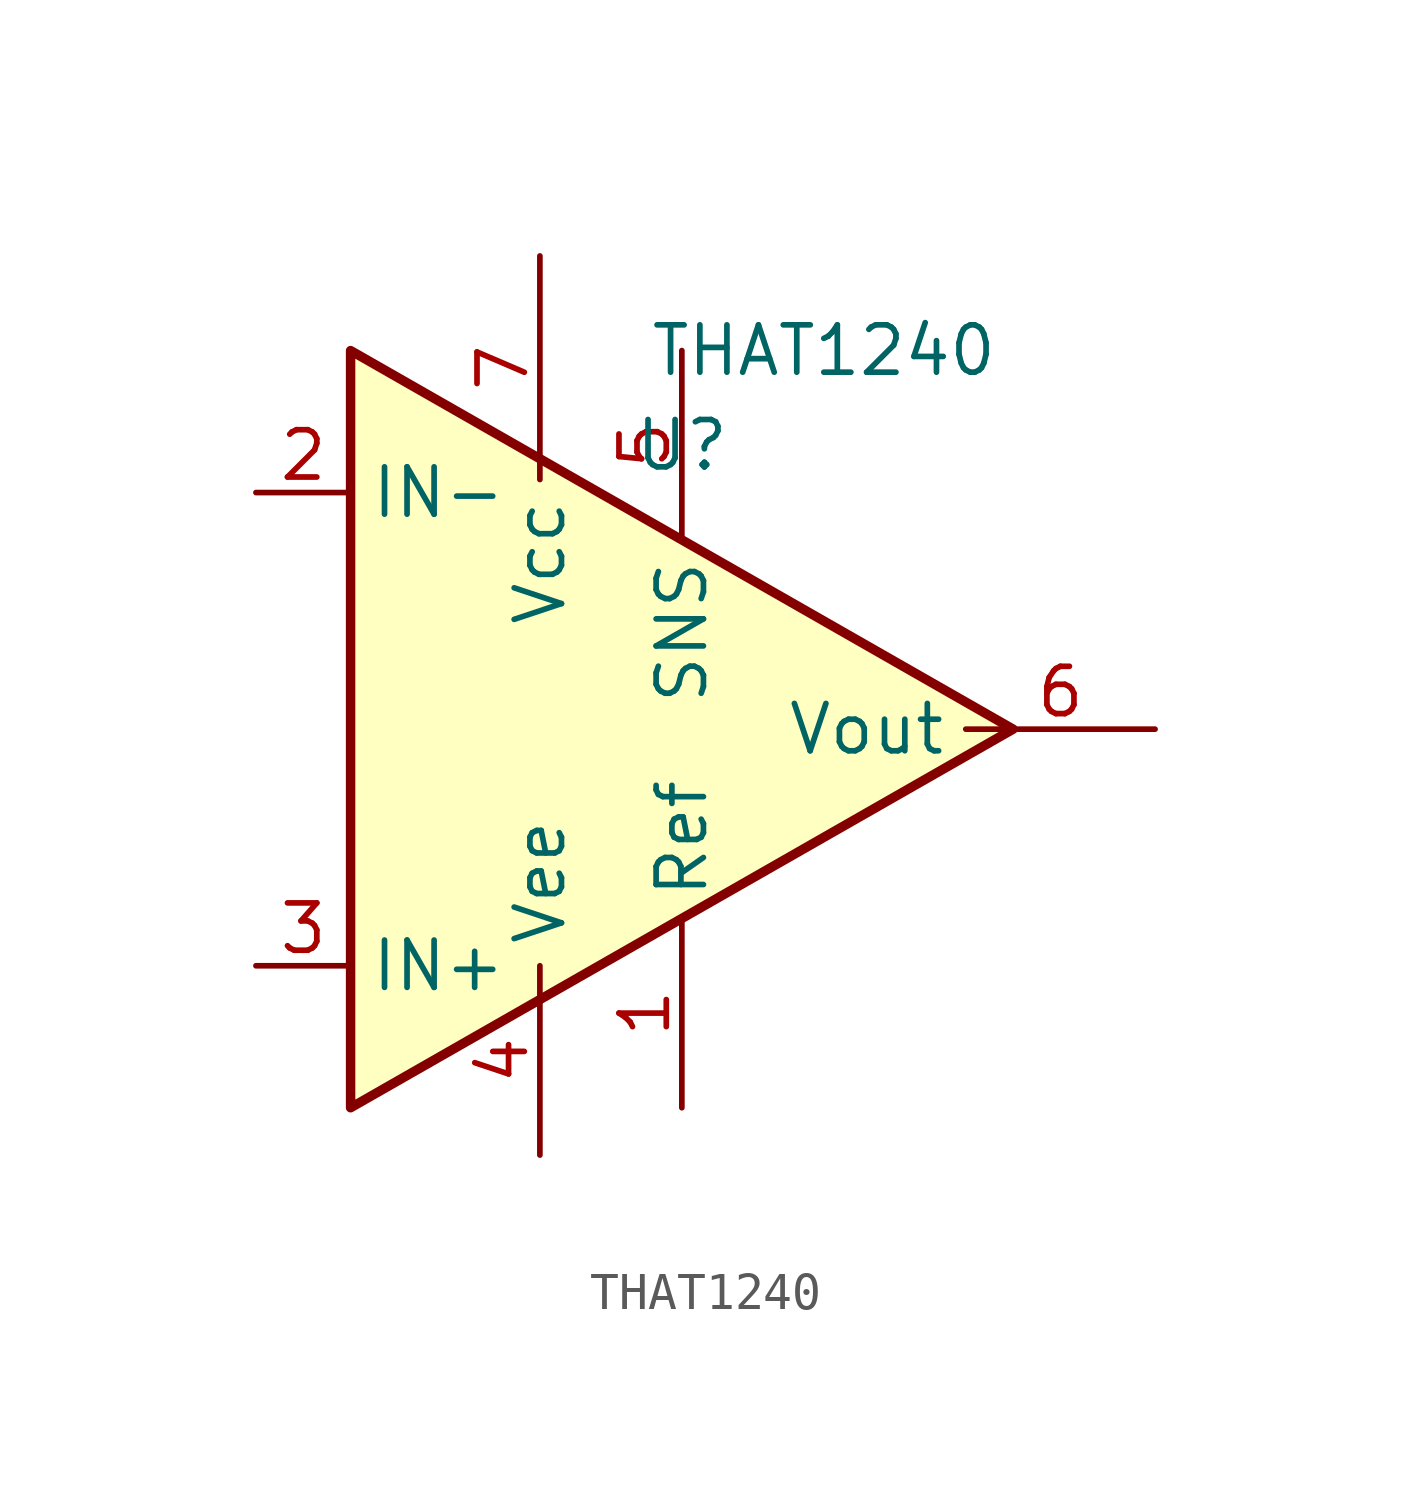
<source format=kicad_sym>
(kicad_symbol_lib
  (version 20231120)
  (generator "kicad_symbol_editor")
  (generator_version "8.0")
  (symbol "THAT1240"
    (property "Reference" "U"
      (at 1.27 7.62 0)
      (effects (font (size 1.27 1.27))))
    (property "Value" "THAT1240"
      (at 5.08 10.16 0)
      (effects (font (size 1.27 1.27))))
    (symbol "THAT1240_0_1"
      (polyline (pts (xy -7.62 10.16) (xy -7.62 -10.16) (xy 10.16 0) (xy -7.62 10.16)) (stroke (width 0.254) (type default)) (fill (type background))))
    (symbol "THAT1240_1_1"
      (pin input line (at 1.27 -10.16 90) (length 5.08) (name "Ref" (effects (font (size 1.27 1.27)))) (number "1" (effects (font (size 1.27 1.27)))))
      (pin input line (at -10.16 6.35 0) (length 2.54) (name "IN-" (effects (font (size 1.27 1.27)))) (number "2" (effects (font (size 1.27 1.27)))))
      (pin input line (at -10.16 -6.35 0) (length 2.54) (name "IN+" (effects (font (size 1.27 1.27)))) (number "3" (effects (font (size 1.27 1.27)))))
      (pin power_in line (at -2.54 -11.43 90) (length 5.08) (name "Vee" (effects (font (size 1.27 1.27)))) (number "4" (effects (font (size 1.27 1.27)))))
      (pin input line (at 1.27 10.16 270) (length 5.08) (name "SNS" (effects (font (size 1.27 1.27)))) (number "5" (effects (font (size 1.27 1.27)))))
      (pin output line (at 13.97 0 180) (length 5.08) (name "Vout" (effects (font (size 1.27 1.27)))) (number "6" (effects (font (size 1.27 1.27)))))
      (pin power_in line (at -2.54 12.7 270) (length 6) (name "Vcc" (effects (font (size 1.27 1.27)))) (number "7" (effects (font (size 1.27 1.27))))))))
</source>
